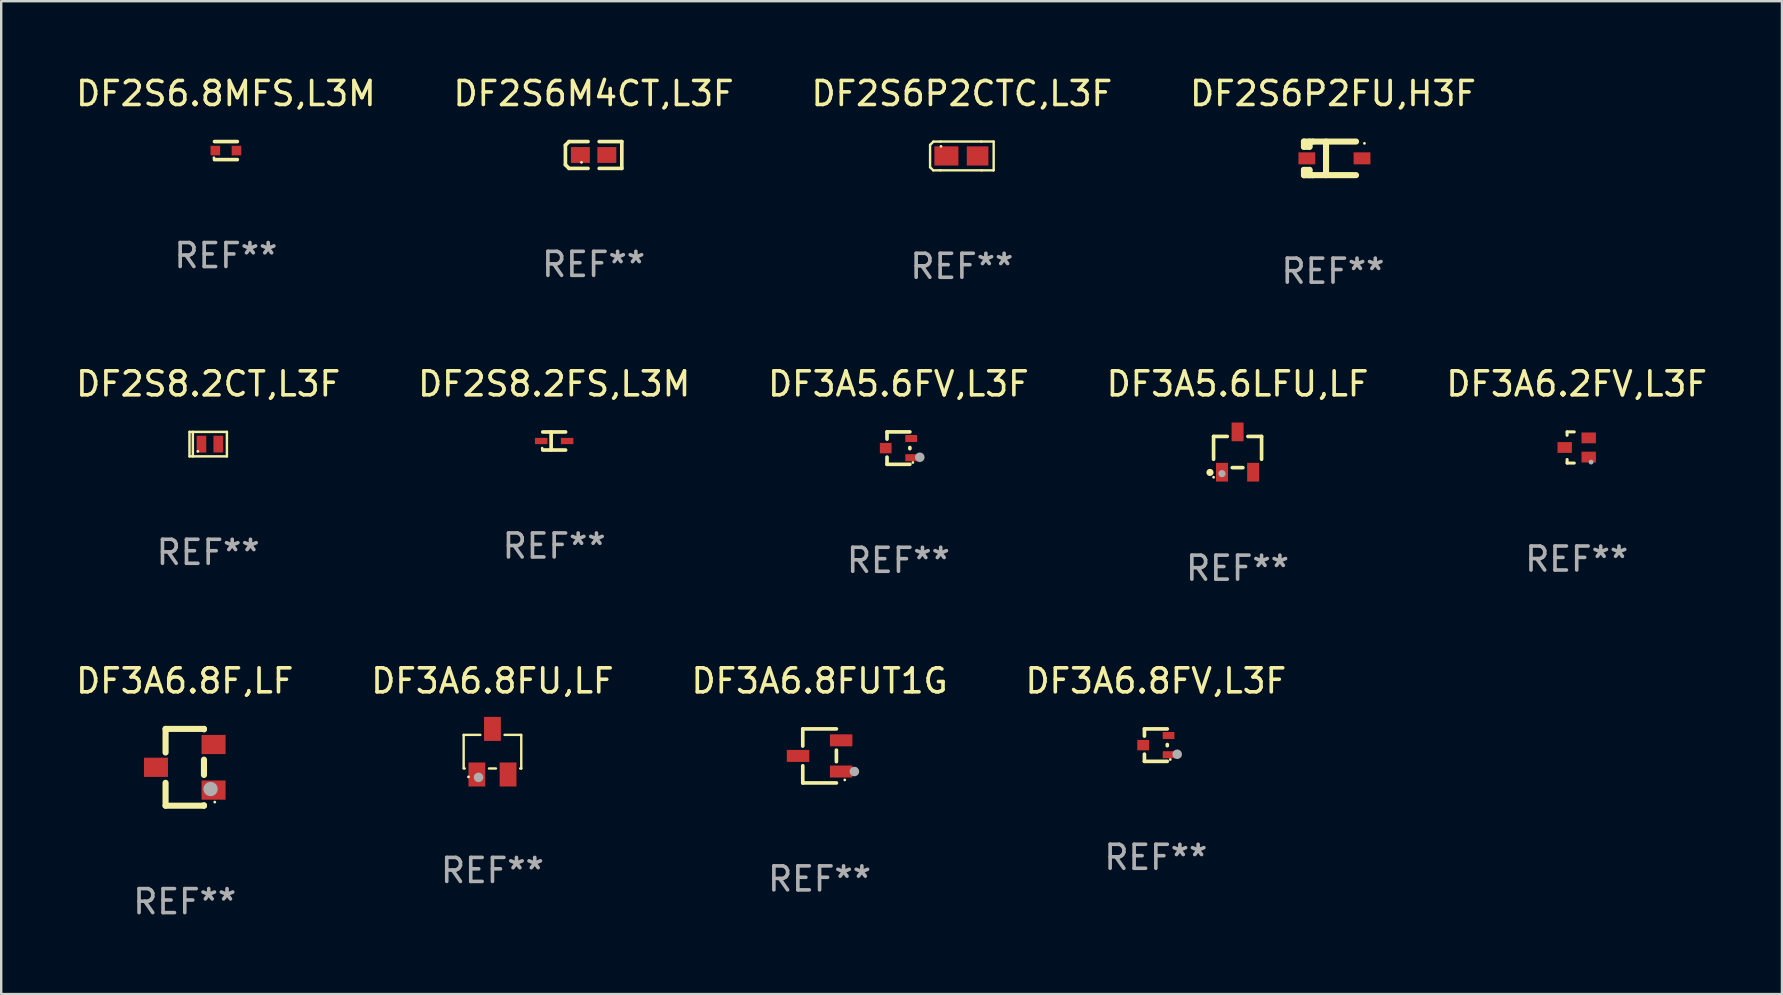
<source format=kicad_pcb>
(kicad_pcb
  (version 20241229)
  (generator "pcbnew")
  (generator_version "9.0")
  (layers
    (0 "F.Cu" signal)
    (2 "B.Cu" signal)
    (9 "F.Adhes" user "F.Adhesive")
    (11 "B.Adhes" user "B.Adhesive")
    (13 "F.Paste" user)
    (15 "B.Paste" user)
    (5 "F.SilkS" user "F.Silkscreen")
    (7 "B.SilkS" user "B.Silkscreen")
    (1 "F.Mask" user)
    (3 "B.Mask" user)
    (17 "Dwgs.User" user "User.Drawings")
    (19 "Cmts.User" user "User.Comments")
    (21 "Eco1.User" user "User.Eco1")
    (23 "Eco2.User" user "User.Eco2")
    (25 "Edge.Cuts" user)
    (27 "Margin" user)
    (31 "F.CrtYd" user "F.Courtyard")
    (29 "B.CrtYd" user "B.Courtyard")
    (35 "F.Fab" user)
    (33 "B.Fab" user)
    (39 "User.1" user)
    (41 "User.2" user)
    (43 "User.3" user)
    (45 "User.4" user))
  (footprint "DF2S6P2CTC,L3F"
    (layer "F.Cu")
    (at 37.03 3.448)
    (property "Reference" "DF2S6P2CTC,L3F" (at 0 -2.6 0) (layer "F.SilkS") (effects (font (size 1 1) (thickness 0.15))))
    (attr through_hole)
    (fp_line (start -1.325 -0.46) (end -1.325 0.47) (stroke (width 0.1) (type solid)) (layer "F.SilkS"))
    (fp_line (start -1.325 0.47) (end -1.195 0.599) (stroke (width 0.1) (type solid)) (layer "F.SilkS"))
    (fp_line (start -1.195 0.599) (end -0.895 0.599) (stroke (width 0.1) (type solid)) (layer "F.SilkS"))
    (fp_line (start -1.185 -0.599) (end -1.325 -0.46) (stroke (width 0.1) (type solid)) (layer "F.SilkS"))
    (fp_line (start -0.895 -0.599) (end -1.185 -0.599) (stroke (width 0.1) (type solid)) (layer "F.SilkS"))
    (fp_line (start -0.895 -0.6) (end 0.805 -0.6) (stroke (width 0.1) (type solid)) (layer "F.SilkS"))
    (fp_line (start 0.805 -0.6) (end 1.325 -0.6) (stroke (width 0.1) (type solid)) (layer "F.SilkS"))
    (fp_line (start 0.824 0.6) (end -0.895 0.6) (stroke (width 0.1) (type solid)) (layer "F.SilkS"))
    (fp_line (start 1.315 0.6) (end 0.824 0.6) (stroke (width 0.1) (type solid)) (layer "F.SilkS"))
    (fp_line (start 1.325 -0.6) (end 1.325 0.59) (stroke (width 0.1) (type solid)) (layer "F.SilkS"))
    (fp_line (start 1.325 0.59) (end 1.315 0.6) (stroke (width 0.1) (type solid)) (layer "F.SilkS"))
    (fp_circle (center -0.87 -0.4) (end -0.84 -0.4) (stroke (width 0.06) (type solid)) (fill no) (layer "F.SilkS"))
    (fp_text user "REF**" (at 0 4.6 0) (layer "F.Fab") (effects (font (size 1 1) (thickness 0.15))))
    (pad "1" smd rect (at -0.645 0) (size 1 0.8) (layers "F.Cu" "F.Mask" "F.Paste"))
    (pad "2" smd rect (at 0.655 0) (size 0.9 0.8) (layers "F.Cu" "F.Mask" "F.Paste")))
  (footprint "DF3A6.8F,LF"
    (layer "F.Cu")
    (at 4.649 28.922)
    (property "Reference" "DF3A6.8F,LF" (at 0 -3.6 0) (layer "F.SilkS") (effects (font (size 1 1) (thickness 0.15))))
    (attr through_hole)
    (fp_line (start -0.8 -1.6) (end 0.8 -1.6) (stroke (width 0.254) (type solid)) (layer "F.SilkS"))
    (fp_line (start -0.8 -0.616) (end -0.8 -1.6) (stroke (width 0.254) (type solid)) (layer "F.SilkS"))
    (fp_line (start -0.8 1.6) (end -0.8 0.646) (stroke (width 0.254) (type solid)) (layer "F.SilkS"))
    (fp_line (start -0.8 1.6) (end 0.8 1.6) (stroke (width 0.254) (type solid)) (layer "F.SilkS"))
    (fp_line (start 0.8 -1.581) (end 0.8 -1.6) (stroke (width 0.254) (type solid)) (layer "F.SilkS"))
    (fp_line (start 0.8 0.319) (end 0.8 -0.319) (stroke (width 0.254) (type solid)) (layer "F.SilkS"))
    (fp_line (start 0.8 1.6) (end 0.8 1.581) (stroke (width 0.254) (type solid)) (layer "F.SilkS"))
    (fp_circle (center 1.25 1.45) (end 1.28 1.45) (stroke (width 0.06) (type solid)) (fill no) (layer "F.SilkS"))
    (fp_circle (center 1.075 0.906) (end 1.225 0.906) (stroke (width 0.3) (type solid)) (fill no) (layer "F.Fab"))
    (fp_text user "REF**" (at 0 5.6 0) (layer "F.Fab") (effects (font (size 1 1) (thickness 0.15))))
    (pad "1" smd rect (at 1.2 0.95 90) (size 0.8 1) (layers "F.Cu" "F.Mask" "F.Paste"))
    (pad "2" smd rect (at 1.2 -0.95 90) (size 0.8 1) (layers "F.Cu" "F.Mask" "F.Paste"))
    (pad "3" smd rect (at -1.2 -0.000025 90) (size 0.8 1) (layers "F.Cu" "F.Mask" "F.Paste")))
  (footprint "DF3A6.8FUT1G"
    (layer "F.Cu")
    (at 31.101 28.448)
    (property "Reference" "DF3A6.8FUT1G" (at 0 -3.126 0) (layer "F.SilkS") (effects (font (size 1 1) (thickness 0.15))))
    (attr through_hole)
    (fp_line (start -0.701 -1.126) (end -0.701 -0.411) (stroke (width 0.152) (type solid)) (layer "F.SilkS"))
    (fp_line (start -0.701 1.126) (end -0.701 0.411) (stroke (width 0.152) (type solid)) (layer "F.SilkS"))
    (fp_line (start 0.701 -1.126) (end -0.701 -1.126) (stroke (width 0.152) (type solid)) (layer "F.SilkS"))
    (fp_line (start 0.701 -0.239) (end 0.701 0.239) (stroke (width 0.152) (type solid)) (layer "F.SilkS"))
    (fp_line (start 0.701 1.126) (end -0.701 1.126) (stroke (width 0.152) (type solid)) (layer "F.SilkS"))
    (fp_circle (center 1.05 1) (end 1.08 1) (stroke (width 0.06) (type solid)) (fill no) (layer "F.SilkS"))
    (fp_circle (center 1.45 0.65) (end 1.55 0.65) (stroke (width 0.2) (type solid)) (fill no) (layer "F.Fab"))
    (fp_text user "REF**" (at 0 5.126 0) (layer "F.Fab") (effects (font (size 1 1) (thickness 0.15))))
    (pad "1" smd rect (at 0.898 0.65) (size 0.936 0.5) (layers "F.Cu" "F.Mask" "F.Paste"))
    (pad "2" smd rect (at 0.898 -0.65) (size 0.936 0.5) (layers "F.Cu" "F.Mask" "F.Paste"))
    (pad "3" smd rect (at -0.898 0) (size 0.936 0.5) (layers "F.Cu" "F.Mask" "F.Paste")))
  (footprint "DF2S8.2CT,L3F"
    (layer "F.Cu")
    (at 5.625 15.456)
    (property "Reference" "DF2S8.2CT,L3F" (at 0 -2.51 0) (layer "F.SilkS") (effects (font (size 1 1) (thickness 0.15))))
    (attr through_hole)
    (fp_line (start -0.78 -0.51) (end -0.78 0.51) (stroke (width 0.102) (type solid)) (layer "F.SilkS"))
    (fp_line (start -0.78 -0.51) (end 0.78 -0.51) (stroke (width 0.102) (type solid)) (layer "F.SilkS"))
    (fp_line (start -0.78 0.51) (end 0.78 0.51) (stroke (width 0.102) (type solid)) (layer "F.SilkS"))
    (fp_line (start -0.64 -0.51) (end -0.64 0.51) (stroke (width 0.102) (type solid)) (layer "F.SilkS"))
    (fp_line (start 0.78 -0.51) (end 0.78 0.51) (stroke (width 0.102) (type solid)) (layer "F.SilkS"))
    (fp_circle (center -0.43 0.3) (end -0.4 0.3) (stroke (width 0.06) (type solid)) (fill no) (layer "F.SilkS"))
    (fp_text user "REF**" (at 0 4.51 0) (layer "F.Fab") (effects (font (size 1 1) (thickness 0.15))))
    (pad "1" smd rect (at -0.28 0) (size 0.4 0.7) (layers "F.Cu" "F.Mask" "F.Paste"))
    (pad "2" smd rect (at 0.42 0) (size 0.4 0.7) (layers "F.Cu" "F.Mask" "F.Paste")))
  (footprint "DF3A6.8FV,L3F"
    (layer "F.Cu")
    (at 45.113 27.998)
    (property "Reference" "DF3A6.8FV,L3F" (at 0 -2.676 0) (layer "F.SilkS") (effects (font (size 1 1) (thickness 0.15))))
    (attr through_hole)
    (fp_line (start -0.476 -0.676) (end -0.476 -0.376) (stroke (width 0.152) (type solid)) (layer "F.SilkS"))
    (fp_line (start -0.476 0.676) (end -0.476 0.376) (stroke (width 0.152) (type solid)) (layer "F.SilkS"))
    (fp_line (start 0.476 -0.676) (end -0.476 -0.676) (stroke (width 0.152) (type solid)) (layer "F.SilkS"))
    (fp_line (start 0.476 -0.024) (end 0.476 0.024) (stroke (width 0.152) (type solid)) (layer "F.SilkS"))
    (fp_line (start 0.476 0.676) (end -0.476 0.676) (stroke (width 0.152) (type solid)) (layer "F.SilkS"))
    (fp_circle (center 0.6 0.6) (end 0.63 0.6) (stroke (width 0.06) (type solid)) (fill no) (layer "F.SilkS"))
    (fp_circle (center 0.889 0.381) (end 0.989 0.381) (stroke (width 0.2) (type solid)) (fill no) (layer "F.Fab"))
    (fp_text user "REF**" (at 0 4.676 0) (layer "F.Fab") (effects (font (size 1 1) (thickness 0.15))))
    (pad "1" smd rect (at 0.53 0.4) (size 0.489 0.294) (layers "F.Cu" "F.Mask" "F.Paste"))
    (pad "2" smd rect (at 0.53 -0.4) (size 0.489 0.294) (layers "F.Cu" "F.Mask" "F.Paste"))
    (pad "3" smd rect (at -0.53 0) (size 0.489 0.434) (layers "F.Cu" "F.Mask" "F.Paste")))
  (footprint "DF3A5.6LFU,LF"
    (layer "F.Cu")
    (at 48.518 15.786)
    (property "Reference" "DF3A5.6LFU,LF" (at 0 -2.84 0) (layer "F.SilkS") (effects (font (size 1 1) (thickness 0.15))))
    (attr through_hole)
    (fp_line (start -1 -0.65) (end -1 0.3) (stroke (width 0.152) (type solid)) (layer "F.SilkS"))
    (fp_line (start -0.43 -0.65) (end -1 -0.65) (stroke (width 0.152) (type solid)) (layer "F.SilkS"))
    (fp_line (start 0.22 0.65) (end -0.22 0.65) (stroke (width 0.152) (type solid)) (layer "F.SilkS"))
    (fp_line (start 1 -0.65) (end 0.43 -0.65) (stroke (width 0.152) (type solid)) (layer "F.SilkS"))
    (fp_line (start 1 -0.65) (end 1 0.3) (stroke (width 0.152) (type solid)) (layer "F.SilkS"))
    (fp_circle (center -1.15 0.85) (end -1.075 0.85) (stroke (width 0.15) (type solid)) (fill no) (layer "F.SilkS"))
    (fp_circle (center -1 1.05) (end -0.97 1.05) (stroke (width 0.06) (type solid)) (fill no) (layer "F.SilkS"))
    (fp_circle (center -0.65 0.9) (end -0.575 0.9) (stroke (width 0.15) (type solid)) (fill no) (layer "F.Fab"))
    (fp_text user "REF**" (at 0 4.84 0) (layer "F.Fab") (effects (font (size 1 1) (thickness 0.15))))
    (pad "1" smd rect (at -0.65 0.84) (size 0.5 0.78) (layers "F.Cu" "F.Mask" "F.Paste"))
    (pad "2" smd rect (at 0.65 0.84) (size 0.5 0.78) (layers "F.Cu" "F.Mask" "F.Paste"))
    (pad "3" smd rect (at 0 -0.84) (size 0.5 0.78) (layers "F.Cu" "F.Mask" "F.Paste")))
  (footprint "DF3A5.6FV,L3F"
    (layer "F.Cu")
    (at 34.387 15.622)
    (property "Reference" "DF3A5.6FV,L3F" (at 0 -2.676 0) (layer "F.SilkS") (effects (font (size 1 1) (thickness 0.15))))
    (attr through_hole)
    (fp_line (start -0.476 -0.676) (end -0.476 -0.376) (stroke (width 0.152) (type solid)) (layer "F.SilkS"))
    (fp_line (start -0.476 0.676) (end -0.476 0.376) (stroke (width 0.152) (type solid)) (layer "F.SilkS"))
    (fp_line (start 0.476 -0.676) (end -0.476 -0.676) (stroke (width 0.152) (type solid)) (layer "F.SilkS"))
    (fp_line (start 0.476 -0.024) (end 0.476 0.024) (stroke (width 0.152) (type solid)) (layer "F.SilkS"))
    (fp_line (start 0.476 0.676) (end -0.476 0.676) (stroke (width 0.152) (type solid)) (layer "F.SilkS"))
    (fp_circle (center 0.6 0.6) (end 0.63 0.6) (stroke (width 0.06) (type solid)) (fill no) (layer "F.SilkS"))
    (fp_circle (center 0.889 0.381) (end 0.989 0.381) (stroke (width 0.2) (type solid)) (fill no) (layer "F.Fab"))
    (fp_text user "REF**" (at 0 4.676 0) (layer "F.Fab") (effects (font (size 1 1) (thickness 0.15))))
    (pad "1" smd rect (at 0.53 0.4) (size 0.489 0.294) (layers "F.Cu" "F.Mask" "F.Paste"))
    (pad "2" smd rect (at 0.53 -0.4) (size 0.489 0.294) (layers "F.Cu" "F.Mask" "F.Paste"))
    (pad "3" smd rect (at -0.53 0) (size 0.489 0.434) (layers "F.Cu" "F.Mask" "F.Paste")))
  (footprint "DF2S6P2FU,H3F"
    (layer "F.Cu")
    (at 52.494 3.549)
    (property "Reference" "DF2S6P2FU,H3F" (at 0 -2.701 0) (layer "F.SilkS") (effects (font (size 1 1) (thickness 0.15))))
    (attr through_hole)
    (fp_line (start -1.21 -0.701) (end -1.21 -0.482) (stroke (width 0.254) (type solid)) (layer "F.SilkS"))
    (fp_line (start -1.21 0.48) (end -1.21 0.701) (stroke (width 0.254) (type solid)) (layer "F.SilkS"))
    (fp_line (start -1.21 0.48) (end -0.98 0.48) (stroke (width 0.254) (type solid)) (layer "F.SilkS"))
    (fp_line (start -1.21 0.701) (end -0.839 0.701) (stroke (width 0.254) (type solid)) (layer "F.SilkS"))
    (fp_line (start -0.98 -0.701) (end -0.98 -0.482) (stroke (width 0.254) (type solid)) (layer "F.SilkS"))
    (fp_line (start -0.98 -0.482) (end -1.21 -0.482) (stroke (width 0.254) (type solid)) (layer "F.SilkS"))
    (fp_line (start -0.98 0.481) (end -0.98 0.701) (stroke (width 0.254) (type solid)) (layer "F.SilkS"))
    (fp_line (start -0.84 -0.701) (end -1.21 -0.701) (stroke (width 0.254) (type solid)) (layer "F.SilkS"))
    (fp_line (start -0.84 -0.701) (end 0.96 -0.701) (stroke (width 0.254) (type solid)) (layer "F.SilkS"))
    (fp_line (start -0.84 0.699) (end 0.96 0.699) (stroke (width 0.254) (type solid)) (layer "F.SilkS"))
    (fp_line (start -0.29 0.699) (end -0.29 -0.701) (stroke (width 0.254) (type solid)) (layer "F.SilkS"))
    (fp_circle (center 1.31 -0.626) (end 1.34 -0.626) (stroke (width 0.06) (type solid)) (fill no) (layer "F.SilkS"))
    (fp_text user "REF**" (at 0 4.701 0) (layer "F.Fab") (effects (font (size 1 1) (thickness 0.15))))
    (pad "1" smd rect (at 1.21 -0.001 180) (size 0.7 0.5) (layers "F.Cu" "F.Mask" "F.Paste"))
    (pad "2" smd rect (at -1.09 -0.001 180) (size 0.7 0.5) (layers "F.Cu" "F.Mask" "F.Paste")))
  (footprint "DF3A6.2FV,L3F"
    (layer "F.Cu")
    (at 62.649 15.596)
    (property "Reference" "DF3A6.2FV,L3F" (at 0 -2.65 0) (layer "F.SilkS") (effects (font (size 1 1) (thickness 0.15))))
    (attr through_hole)
    (fp_line (start -0.401 -0.65) (end -0.401 -0.508) (stroke (width 0.127) (type solid)) (layer "F.SilkS"))
    (fp_line (start -0.4 0.65) (end -0.4 0.5) (stroke (width 0.127) (type solid)) (layer "F.SilkS"))
    (fp_line (start -0.101 -0.65) (end -0.401 -0.65) (stroke (width 0.127) (type solid)) (layer "F.SilkS"))
    (fp_line (start -0.1 0.65) (end -0.4 0.65) (stroke (width 0.127) (type solid)) (layer "F.SilkS"))
    (fp_circle (center 0.6 0.6) (end 0.63 0.6) (stroke (width 0.06) (type solid)) (fill no) (layer "F.SilkS"))
    (fp_circle (center 0.6 0.61) (end 0.65 0.61) (stroke (width 0.1) (type solid)) (fill no) (layer "F.Fab"))
    (fp_text user "REF**" (at 0 4.65 0) (layer "F.Fab") (effects (font (size 1 1) (thickness 0.15))))
    (pad "1" smd rect (at 0.5 0.4 180) (size 0.6 0.45) (layers "F.Cu" "F.Mask" "F.Paste"))
    (pad "2" smd rect (at 0.5 -0.4 180) (size 0.6 0.45) (layers "F.Cu" "F.Mask" "F.Paste"))
    (pad "3" smd rect (at -0.5 0.000127 180) (size 0.6 0.45) (layers "F.Cu" "F.Mask" "F.Paste")))
  (footprint "DF2S6M4CT,L3F"
    (layer "F.Cu")
    (at 21.685 3.408)
    (property "Reference" "DF2S6M4CT,L3F" (at 0 -2.559 0) (layer "F.SilkS") (effects (font (size 1 1) (thickness 0.15))))
    (attr through_hole)
    (fp_line (start -1.175 -0.407) (end -1.023 -0.559) (stroke (width 0.152) (type solid)) (layer "F.SilkS"))
    (fp_line (start -1.175 0.407) (end -1.175 -0.407) (stroke (width 0.152) (type solid)) (layer "F.SilkS"))
    (fp_line (start -1.023 -0.559) (end -0.232 -0.559) (stroke (width 0.152) (type solid)) (layer "F.SilkS"))
    (fp_line (start -1.023 0.559) (end -1.175 0.407) (stroke (width 0.152) (type solid)) (layer "F.SilkS"))
    (fp_line (start -0.232 0.559) (end -1.023 0.559) (stroke (width 0.152) (type solid)) (layer "F.SilkS"))
    (fp_line (start 0.232 0.559) (end 1.175 0.559) (stroke (width 0.152) (type solid)) (layer "F.SilkS"))
    (fp_line (start 1.175 -0.559) (end 0.232 -0.559) (stroke (width 0.152) (type solid)) (layer "F.SilkS"))
    (fp_line (start 1.175 0.559) (end 1.175 -0.559) (stroke (width 0.152) (type solid)) (layer "F.SilkS"))
    (fp_circle (center -0.506 0.306) (end -0.476 0.306) (stroke (width 0.06) (type solid)) (fill no) (layer "F.SilkS"))
    (fp_text user "REF**" (at 0 4.559 0) (layer "F.Fab") (effects (font (size 1 1) (thickness 0.15))))
    (pad "1" smd rect (at -0.551 0) (size 0.79 0.661) (layers "F.Cu" "F.Mask" "F.Paste"))
    (pad "2" smd rect (at 0.551 0) (size 0.79 0.661) (layers "F.Cu" "F.Mask" "F.Paste")))
  (footprint "DF2S8.2FS,L3M"
    (layer "F.Cu")
    (at 20.042 15.324)
    (property "Reference" "DF2S8.2FS,L3M" (at 0 -2.379 0) (layer "F.SilkS") (effects (font (size 1 1) (thickness 0.15))))
    (attr through_hole)
    (fp_line (start -0.476 -0.374) (end 0.476 -0.374) (stroke (width 0.152) (type solid)) (layer "F.SilkS"))
    (fp_line (start -0.476 0.379) (end 0.476 0.379) (stroke (width 0.152) (type solid)) (layer "F.SilkS"))
    (fp_line (start -0.127 -0.379) (end -0.127 0.374) (stroke (width 0.152) (type solid)) (layer "F.SilkS"))
    (fp_circle (center -0.5 0.302) (end -0.47 0.302) (stroke (width 0.06) (type solid)) (fill no) (layer "F.SilkS"))
    (fp_text user "REF**" (at 0 4.379 0) (layer "F.Fab") (effects (font (size 1 1) (thickness 0.15))))
    (pad "1" smd rect (at -0.54 0.002 180) (size 0.52 0.26) (layers "F.Cu" "F.Mask" "F.Paste"))
    (pad "2" smd rect (at 0.54 0.002 180) (size 0.52 0.26) (layers "F.Cu" "F.Mask" "F.Paste")))
  (footprint "DF3A6.8FU,LF"
    (layer "F.Cu")
    (at 17.47 28.272)
    (property "Reference" "DF3A6.8FU,LF" (at 0 -2.95 0) (layer "F.SilkS") (effects (font (size 1 1) (thickness 0.15))))
    (attr through_hole)
    (fp_line (start -1.2 -0.7) (end -1.2 0.68) (stroke (width 0.1) (type solid)) (layer "F.SilkS"))
    (fp_line (start -1.2 -0.7) (end -0.504 -0.7) (stroke (width 0.1) (type solid)) (layer "F.SilkS"))
    (fp_line (start -1.154 0.7) (end -1.2 0.7) (stroke (width 0.1) (type solid)) (layer "F.SilkS"))
    (fp_line (start 0.146 0.7) (end -0.146 0.7) (stroke (width 0.1) (type solid)) (layer "F.SilkS"))
    (fp_line (start 0.504 -0.7) (end 1.194 -0.7) (stroke (width 0.1) (type solid)) (layer "F.SilkS"))
    (fp_line (start 1.2 -0.7) (end 1.2 0.7) (stroke (width 0.1) (type solid)) (layer "F.SilkS"))
    (fp_line (start 1.2 0.7) (end 1.154 0.7) (stroke (width 0.1) (type solid)) (layer "F.SilkS"))
    (fp_circle (center -1 1.05) (end -0.97 1.05) (stroke (width 0.06) (type solid)) (fill no) (layer "F.SilkS"))
    (fp_circle (center -0.58 1.07) (end -0.48 1.07) (stroke (width 0.2) (type solid)) (fill no) (layer "F.Fab"))
    (fp_text user "REF**" (at 0 4.95 0) (layer "F.Fab") (effects (font (size 1 1) (thickness 0.15))))
    (pad "1" smd rect (at -0.65 0.95) (size 0.7 1) (layers "F.Cu" "F.Mask" "F.Paste"))
    (pad "2" smd rect (at 0.65 0.95) (size 0.7 1) (layers "F.Cu" "F.Mask" "F.Paste"))
    (pad "3" smd rect (at -0.000127 -0.95) (size 0.7 1) (layers "F.Cu" "F.Mask" "F.Paste")))
  (footprint "DF2S6.8MFS,L3M"
    (layer "F.Cu")
    (at 6.363 3.224)
    (property "Reference" "DF2S6.8MFS,L3M" (at 0 -2.376 0) (layer "F.SilkS") (effects (font (size 1 1) (thickness 0.15))))
    (attr through_hole)
    (fp_line (start -0.476 -0.376) (end 0.476 -0.376) (stroke (width 0.152) (type solid)) (layer "F.SilkS"))
    (fp_line (start -0.476 0.376) (end 0.476 0.376) (stroke (width 0.152) (type solid)) (layer "F.SilkS"))
    (fp_circle (center -0.5 0.3) (end -0.47 0.3) (stroke (width 0.06) (type solid)) (fill no) (layer "F.SilkS"))
    (fp_text user "REF**" (at 0 4.376 0) (layer "F.Fab") (effects (font (size 1 1) (thickness 0.15))))
    (pad "1" smd rect (at -0.44 0 180) (size 0.4 0.4) (layers "F.Cu" "F.Mask" "F.Paste"))
    (pad "2" smd rect (at 0.44 0 180) (size 0.4 0.4) (layers "F.Cu" "F.Mask" "F.Paste")))
  (gr_rect
    (start -3 -3)
    (end 71.202 38.371)
    (stroke (width 0.1) (type default))
    (fill no)
    (layer "Edge.Cuts")))
</source>
